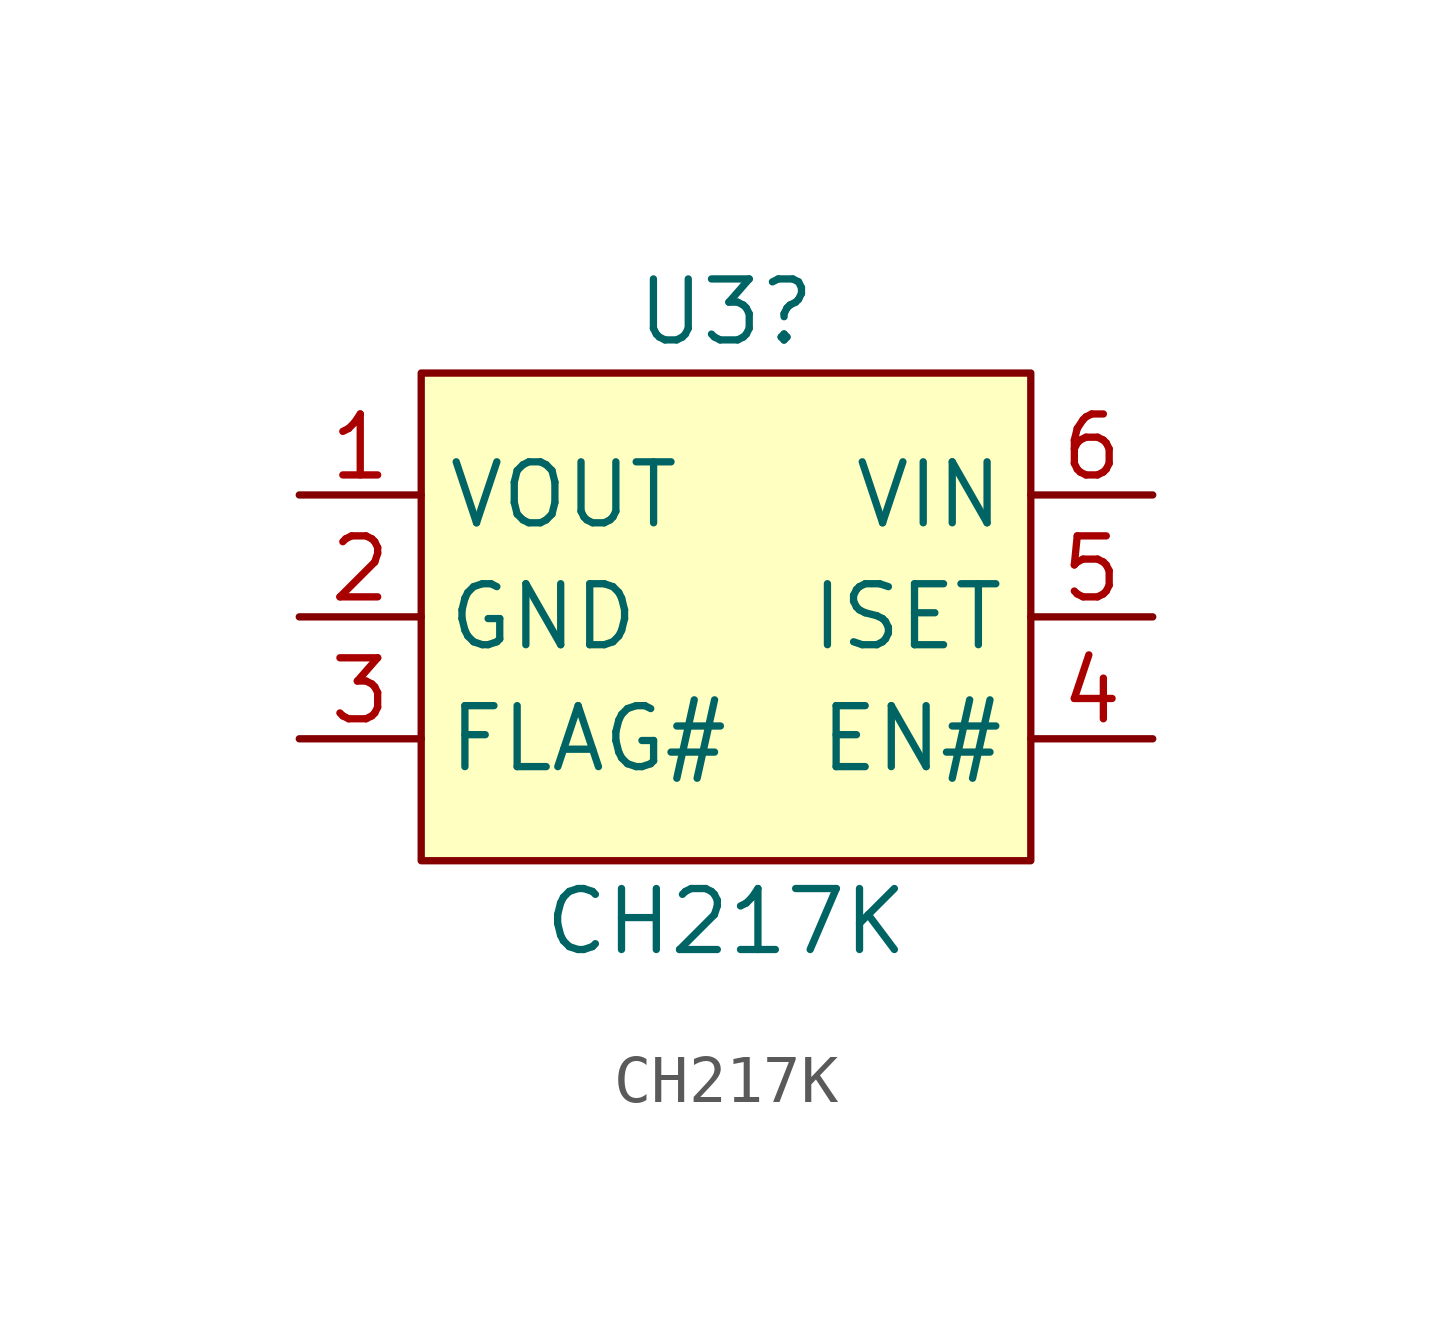
<source format=kicad_sym>
(kicad_symbol_lib
  (version 20220914)
  (generator kicad_symbol_editor)
  (symbol "CH217K"
    (property "Reference" "U3"
      (at 0 6.35 0)
      (effects (font (size 1.27 1.27))))
    (property "Value" "CH217K"
      (at 0 -6.35 0)
      (effects (font (size 1.27 1.27))))
    (symbol "CH217K_0_1"
      (rectangle (start -6.35 5.08) (end 6.35 -5.08) (stroke (width 0) (type default)) (fill (type background))))
    (symbol "CH217K_1_1"
      (pin power_out line (at -8.89 2.54 0) (length 2.54) (name "VOUT" (effects (font (size 1.27 1.27)))) (number "1" (effects (font (size 1.27 1.27)))))
      (pin power_in line (at -8.89 0 0) (length 2.54) (name "GND" (effects (font (size 1.27 1.27)))) (number "2" (effects (font (size 1.27 1.27)))))
      (pin output line (at -8.89 -2.54 0) (length 2.54) (name "FLAG#" (effects (font (size 1.27 1.27)))) (number "3" (effects (font (size 1.27 1.27)))))
      (pin input line (at 8.89 -2.54 180) (length 2.54) (name "EN#" (effects (font (size 1.27 1.27)))) (number "4" (effects (font (size 1.27 1.27)))))
      (pin bidirectional line (at 8.89 0 180) (length 2.54) (name "ISET" (effects (font (size 1.27 1.27)))) (number "5" (effects (font (size 1.27 1.27)))))
      (pin power_in line (at 8.89 2.54 180) (length 2.54) (name "VIN" (effects (font (size 1.27 1.27)))) (number "6" (effects (font (size 1.27 1.27))))))))
</source>
